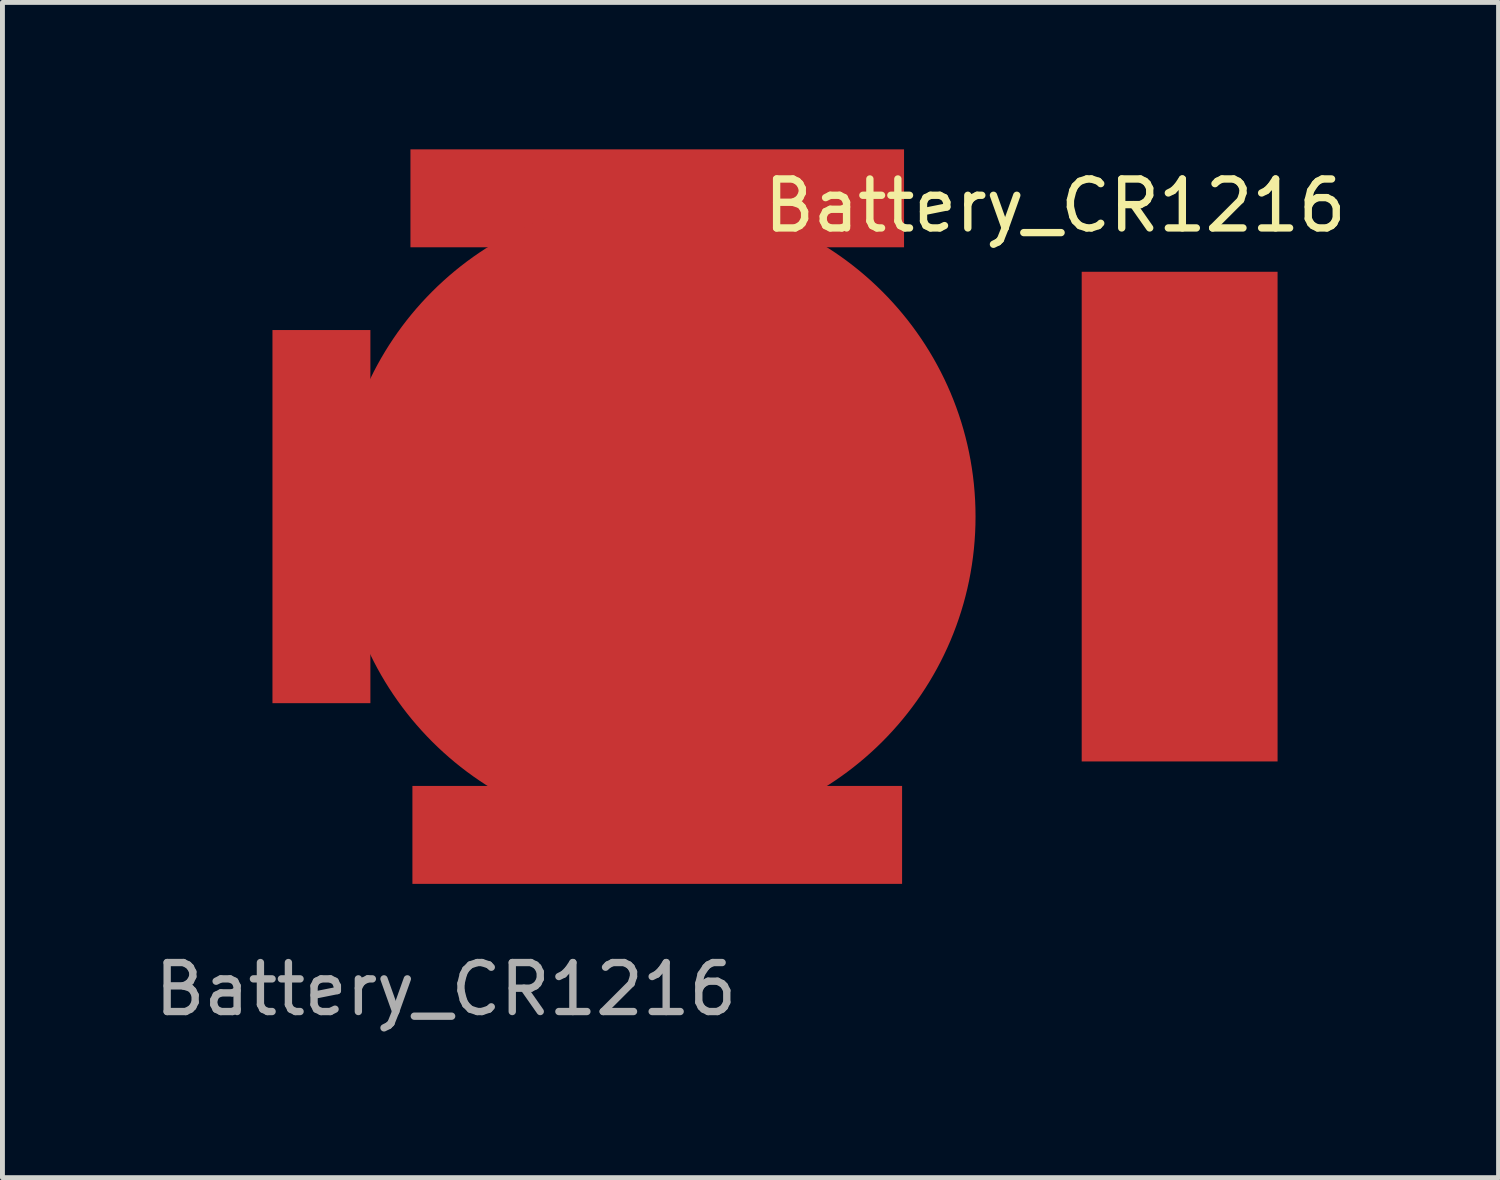
<source format=kicad_pcb>
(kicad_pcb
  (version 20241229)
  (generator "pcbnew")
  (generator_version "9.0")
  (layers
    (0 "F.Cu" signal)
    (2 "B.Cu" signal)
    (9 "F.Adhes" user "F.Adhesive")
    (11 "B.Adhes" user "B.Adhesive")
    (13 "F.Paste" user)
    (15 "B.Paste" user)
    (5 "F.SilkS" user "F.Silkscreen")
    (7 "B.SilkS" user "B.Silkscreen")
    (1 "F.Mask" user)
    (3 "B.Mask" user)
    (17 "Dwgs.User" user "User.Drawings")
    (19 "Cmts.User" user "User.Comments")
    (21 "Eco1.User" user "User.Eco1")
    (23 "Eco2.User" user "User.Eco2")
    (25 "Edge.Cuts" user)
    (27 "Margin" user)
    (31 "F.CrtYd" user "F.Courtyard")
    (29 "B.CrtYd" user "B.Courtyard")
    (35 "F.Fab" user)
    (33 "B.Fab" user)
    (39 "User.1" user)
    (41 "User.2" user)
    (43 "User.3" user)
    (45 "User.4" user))
  (footprint "Battery_CR1216"
    (layer "F.Cu")
    (at 10.372 7.5)
    (property "Reference" "Battery_CR1216" (at 8.128 -6.35 0) (unlocked yes) (layer "F.SilkS") (effects (font (size 1 1) (thickness 0.15))))
    (attr smd)
    (fp_text user "${REFERENCE}" (at -4.318 9.652 0) (unlocked yes) (layer "F.Fab") (effects (font (size 1 1) (thickness 0.15))))
    (pad "1" smd rect (at -6.858 0 180) (size 2 7.62) (layers "F.Cu" "F.Mask" "F.Paste"))
    (pad "1" smd rect (at 0 -6.5 90) (size 2 10.08) (layers "F.Cu" "F.Mask" "F.Paste"))
    (pad "1" smd circle (at 0 0) (size 13 13) (layers "F.Cu" "F.Mask" "F.Paste"))
    (pad "1" smd rect (at 0 6.5 90) (size 2 10) (layers "F.Cu" "F.Mask" "F.Paste"))
    (pad "2" smd rect (at 10.668 0) (size 4 10) (layers "F.Cu" "F.Mask" "F.Paste")))
  (gr_rect
    (start -3 -3)
    (end 27.553 21)
    (stroke (width 0.1) (type default))
    (fill no)
    (layer "Edge.Cuts")))
</source>
